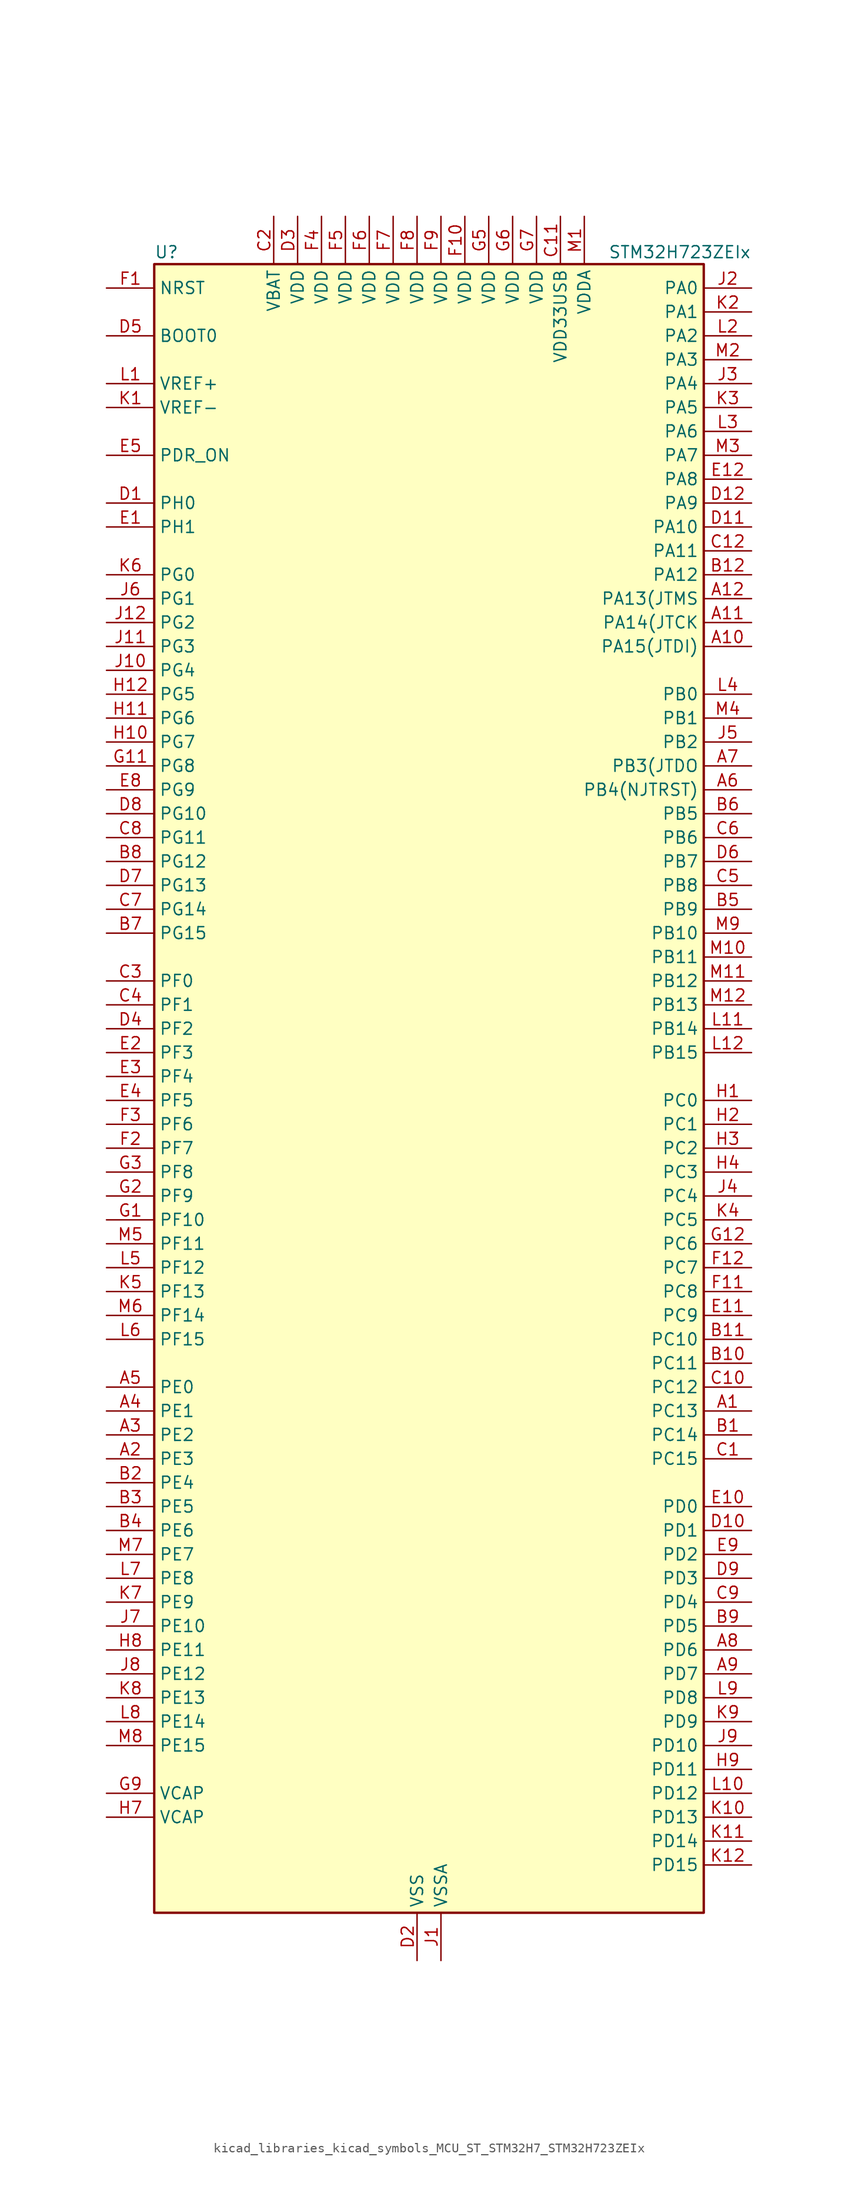
<source format=kicad_sym>
(kicad_symbol_lib
  (version 20220914)
  (generator kicad_symbol_editor)
  (symbol "kicad_libraries_kicad_symbols_MCU_ST_STM32H7_STM32H723ZEIx"
    (property "Reference" "U"
      (at -27.94 90.17 0)
      (effects (font (size 1.27 1.27)) (justify left)))
    (property "Value" "STM32H723ZEIx"
      (at 20.32 90.17 0)
      (effects (font (size 1.27 1.27)) (justify left)))
    (property "ki_locked" ""
      (at 0 0 0)
      (effects (font (size 1.27 1.27))))
    (symbol "kicad_libraries_kicad_symbols_MCU_ST_STM32H7_STM32H723ZEIx_0_1"
      (rectangle (start -27.94 -86.36) (end 30.48 88.9) (stroke (width 0.254) (type default)) (fill (type background))))
    (symbol "kicad_libraries_kicad_symbols_MCU_ST_STM32H7_STM32H723ZEIx_1_1"
      (pin bidirectional line (at 35.56 -33.02 180) (length 5.08) (name "PC13" (effects (font (size 1.27 1.27)))) (number "A1" (effects (font (size 1.27 1.27)))) (alternate "PWR_WKUP4" bidirectional line) (alternate "RTC_OUT_ALARM" bidirectional line) (alternate "RTC_OUT_CALIB" bidirectional line) (alternate "RTC_TAMP1" bidirectional line) (alternate "RTC_TS" bidirectional line))
      (pin bidirectional line (at 35.56 48.26 180) (length 5.08) (name "PA15(JTDI)" (effects (font (size 1.27 1.27)))) (number "A10" (effects (font (size 1.27 1.27)))) (alternate "ADC1_EXTI15" bidirectional line) (alternate "ADC2_EXTI15" bidirectional line) (alternate "ADC3_EXTI15" bidirectional line) (alternate "CEC" bidirectional line) (alternate "DEBUG_JTDI" bidirectional line) (alternate "I2S1_WS" bidirectional line) (alternate "I2S3_WS" bidirectional line) (alternate "I2S6_WS" bidirectional line) (alternate "LTDC_B6" bidirectional line) (alternate "LTDC_R3" bidirectional line) (alternate "SPI1_NSS" bidirectional line) (alternate "SPI3_NSS" bidirectional line) (alternate "SPI6_NSS" bidirectional line) (alternate "TIM2_CH1" bidirectional line) (alternate "TIM2_ETR" bidirectional line) (alternate "UART4_DE" bidirectional line) (alternate "UART4_RTS" bidirectional line) (alternate "UART7_TX" bidirectional line))
      (pin bidirectional line (at 35.56 50.8 180) (length 5.08) (name "PA14(JTCK" (effects (font (size 1.27 1.27)))) (number "A11" (effects (font (size 1.27 1.27)))) (alternate "DEBUG_JTCK-SWCLK" bidirectional line))
      (pin bidirectional line (at 35.56 53.34 180) (length 5.08) (name "PA13(JTMS" (effects (font (size 1.27 1.27)))) (number "A12" (effects (font (size 1.27 1.27)))) (alternate "DEBUG_JTMS-SWDIO" bidirectional line))
      (pin bidirectional line (at -33.02 -38.1 0) (length 5.08) (name "PE3" (effects (font (size 1.27 1.27)))) (number "A2" (effects (font (size 1.27 1.27)))) (alternate "DEBUG_TRACED0" bidirectional line) (alternate "FMC_A19" bidirectional line) (alternate "SAI1_SD_B" bidirectional line) (alternate "SAI4_SD_B" bidirectional line) (alternate "TIM15_BKIN" bidirectional line) (alternate "USART10_TX" bidirectional line))
      (pin bidirectional line (at -33.02 -35.56 0) (length 5.08) (name "PE2" (effects (font (size 1.27 1.27)))) (number "A3" (effects (font (size 1.27 1.27)))) (alternate "DEBUG_TRACECLK" bidirectional line) (alternate "ETH_TXD3" bidirectional line) (alternate "FMC_A23" bidirectional line) (alternate "OCTOSPIM_P1_IO2" bidirectional line) (alternate "SAI1_CK1" bidirectional line) (alternate "SAI1_MCLK_A" bidirectional line) (alternate "SAI4_CK1" bidirectional line) (alternate "SAI4_MCLK_A" bidirectional line) (alternate "SPI4_SCK" bidirectional line) (alternate "USART10_RX" bidirectional line))
      (pin bidirectional line (at -33.02 -33.02 0) (length 5.08) (name "PE1" (effects (font (size 1.27 1.27)))) (number "A4" (effects (font (size 1.27 1.27)))) (alternate "DCMI_D3" bidirectional line) (alternate "FMC_NBL1" bidirectional line) (alternate "LPTIM1_IN2" bidirectional line) (alternate "LTDC_R6" bidirectional line) (alternate "PSSI_D3" bidirectional line) (alternate "UART8_TX" bidirectional line))
      (pin bidirectional line (at -33.02 -30.48 0) (length 5.08) (name "PE0" (effects (font (size 1.27 1.27)))) (number "A5" (effects (font (size 1.27 1.27)))) (alternate "DCMI_D2" bidirectional line) (alternate "FMC_NBL0" bidirectional line) (alternate "LPTIM1_ETR" bidirectional line) (alternate "LPTIM2_ETR" bidirectional line) (alternate "LTDC_R0" bidirectional line) (alternate "PSSI_D2" bidirectional line) (alternate "SAI4_MCLK_A" bidirectional line) (alternate "TIM4_ETR" bidirectional line) (alternate "UART8_RX" bidirectional line))
      (pin bidirectional line (at 35.56 33.02 180) (length 5.08) (name "PB4(NJTRST)" (effects (font (size 1.27 1.27)))) (number "A6" (effects (font (size 1.27 1.27)))) (alternate "DEBUG_JTRST" bidirectional line) (alternate "I2S1_SDI" bidirectional line) (alternate "I2S2_WS" bidirectional line) (alternate "I2S3_SDI" bidirectional line) (alternate "I2S6_SDI" bidirectional line) (alternate "SDMMC2_D3" bidirectional line) (alternate "SPI1_MISO" bidirectional line) (alternate "SPI2_NSS" bidirectional line) (alternate "SPI3_MISO" bidirectional line) (alternate "SPI6_MISO" bidirectional line) (alternate "TIM16_BKIN" bidirectional line) (alternate "TIM3_CH1" bidirectional line) (alternate "UART7_TX" bidirectional line))
      (pin bidirectional line (at 35.56 35.56 180) (length 5.08) (name "PB3(JTDO" (effects (font (size 1.27 1.27)))) (number "A7" (effects (font (size 1.27 1.27)))) (alternate "CRS_SYNC" bidirectional line) (alternate "DEBUG_JTDO-SWO" bidirectional line) (alternate "I2S1_CK" bidirectional line) (alternate "I2S3_CK" bidirectional line) (alternate "I2S6_CK" bidirectional line) (alternate "SDMMC2_D2" bidirectional line) (alternate "SPI1_SCK" bidirectional line) (alternate "SPI3_SCK" bidirectional line) (alternate "SPI6_SCK" bidirectional line) (alternate "TIM24_ETR" bidirectional line) (alternate "TIM2_CH2" bidirectional line) (alternate "UART7_RX" bidirectional line))
      (pin bidirectional line (at 35.56 -58.42 180) (length 5.08) (name "PD6" (effects (font (size 1.27 1.27)))) (number "A8" (effects (font (size 1.27 1.27)))) (alternate "DCMI_D10" bidirectional line) (alternate "DFSDM1_CKIN4" bidirectional line) (alternate "DFSDM1_DATIN1" bidirectional line) (alternate "FMC_NWAIT" bidirectional line) (alternate "I2S3_SDO" bidirectional line) (alternate "LTDC_B2" bidirectional line) (alternate "OCTOSPIM_P1_IO6" bidirectional line) (alternate "PSSI_D10" bidirectional line) (alternate "SAI1_D1" bidirectional line) (alternate "SAI1_SD_A" bidirectional line) (alternate "SAI4_D1" bidirectional line) (alternate "SAI4_SD_A" bidirectional line) (alternate "SDMMC2_CK" bidirectional line) (alternate "SPI3_MOSI" bidirectional line) (alternate "USART2_RX" bidirectional line))
      (pin bidirectional line (at 35.56 -60.96 180) (length 5.08) (name "PD7" (effects (font (size 1.27 1.27)))) (number "A9" (effects (font (size 1.27 1.27)))) (alternate "DFSDM1_CKIN1" bidirectional line) (alternate "DFSDM1_DATIN4" bidirectional line) (alternate "FMC_NE1" bidirectional line) (alternate "I2S1_SDO" bidirectional line) (alternate "OCTOSPIM_P1_IO7" bidirectional line) (alternate "SDMMC2_CMD" bidirectional line) (alternate "SPDIFRX1_IN0" bidirectional line) (alternate "SPI1_MOSI" bidirectional line) (alternate "USART2_CK" bidirectional line))
      (pin bidirectional line (at 35.56 -35.56 180) (length 5.08) (name "PC14" (effects (font (size 1.27 1.27)))) (number "B1" (effects (font (size 1.27 1.27)))) (alternate "RCC_OSC32_IN" bidirectional line))
      (pin bidirectional line (at 35.56 -27.94 180) (length 5.08) (name "PC11" (effects (font (size 1.27 1.27)))) (number "B10" (effects (font (size 1.27 1.27)))) (alternate "ADC1_EXTI11" bidirectional line) (alternate "ADC2_EXTI11" bidirectional line) (alternate "ADC3_EXTI11" bidirectional line) (alternate "DCMI_D4" bidirectional line) (alternate "DFSDM1_DATIN5" bidirectional line) (alternate "I2C5_SCL" bidirectional line) (alternate "I2S3_SDI" bidirectional line) (alternate "LTDC_B4" bidirectional line) (alternate "OCTOSPIM_P1_NCS" bidirectional line) (alternate "PSSI_D4" bidirectional line) (alternate "SDMMC1_D3" bidirectional line) (alternate "SPI3_MISO" bidirectional line) (alternate "UART4_RX" bidirectional line) (alternate "USART3_RX" bidirectional line))
      (pin bidirectional line (at 35.56 -25.4 180) (length 5.08) (name "PC10" (effects (font (size 1.27 1.27)))) (number "B11" (effects (font (size 1.27 1.27)))) (alternate "DCMI_D8" bidirectional line) (alternate "DFSDM1_CKIN5" bidirectional line) (alternate "I2C5_SDA" bidirectional line) (alternate "I2S3_CK" bidirectional line) (alternate "LTDC_B1" bidirectional line) (alternate "LTDC_R2" bidirectional line) (alternate "OCTOSPIM_P1_IO1" bidirectional line) (alternate "PSSI_D8" bidirectional line) (alternate "SDMMC1_D2" bidirectional line) (alternate "SPI3_SCK" bidirectional line) (alternate "SWPMI1_RX" bidirectional line) (alternate "UART4_TX" bidirectional line) (alternate "USART3_TX" bidirectional line))
      (pin bidirectional line (at 35.56 55.88 180) (length 5.08) (name "PA12" (effects (font (size 1.27 1.27)))) (number "B12" (effects (font (size 1.27 1.27)))) (alternate "FDCAN1_TX" bidirectional line) (alternate "I2S2_CK" bidirectional line) (alternate "LPUART1_DE" bidirectional line) (alternate "LPUART1_RTS" bidirectional line) (alternate "LTDC_R5" bidirectional line) (alternate "SAI4_FS_B" bidirectional line) (alternate "SPI2_SCK" bidirectional line) (alternate "TIM1_BKIN2" bidirectional line) (alternate "TIM1_ETR" bidirectional line) (alternate "UART4_TX" bidirectional line) (alternate "USART1_DE" bidirectional line) (alternate "USART1_RTS" bidirectional line) (alternate "USB_OTG_HS_DP" bidirectional line))
      (pin bidirectional line (at -33.02 -40.64 0) (length 5.08) (name "PE4" (effects (font (size 1.27 1.27)))) (number "B2" (effects (font (size 1.27 1.27)))) (alternate "DCMI_D4" bidirectional line) (alternate "DEBUG_TRACED1" bidirectional line) (alternate "DFSDM1_DATIN3" bidirectional line) (alternate "FMC_A20" bidirectional line) (alternate "LTDC_B0" bidirectional line) (alternate "PSSI_D4" bidirectional line) (alternate "SAI1_D2" bidirectional line) (alternate "SAI1_FS_A" bidirectional line) (alternate "SAI4_D2" bidirectional line) (alternate "SAI4_FS_A" bidirectional line) (alternate "SPI4_NSS" bidirectional line) (alternate "TIM15_CH1N" bidirectional line))
      (pin bidirectional line (at -33.02 -43.18 0) (length 5.08) (name "PE5" (effects (font (size 1.27 1.27)))) (number "B3" (effects (font (size 1.27 1.27)))) (alternate "DCMI_D6" bidirectional line) (alternate "DEBUG_TRACED2" bidirectional line) (alternate "DFSDM1_CKIN3" bidirectional line) (alternate "FMC_A21" bidirectional line) (alternate "LTDC_G0" bidirectional line) (alternate "PSSI_D6" bidirectional line) (alternate "SAI1_CK2" bidirectional line) (alternate "SAI1_SCK_A" bidirectional line) (alternate "SAI4_CK2" bidirectional line) (alternate "SAI4_SCK_A" bidirectional line) (alternate "SPI4_MISO" bidirectional line) (alternate "TIM15_CH1" bidirectional line))
      (pin bidirectional line (at -33.02 -45.72 0) (length 5.08) (name "PE6" (effects (font (size 1.27 1.27)))) (number "B4" (effects (font (size 1.27 1.27)))) (alternate "DCMI_D7" bidirectional line) (alternate "DEBUG_TRACED3" bidirectional line) (alternate "FMC_A22" bidirectional line) (alternate "LTDC_G1" bidirectional line) (alternate "PSSI_D7" bidirectional line) (alternate "SAI1_D1" bidirectional line) (alternate "SAI1_SD_A" bidirectional line) (alternate "SAI4_D1" bidirectional line) (alternate "SAI4_MCLK_B" bidirectional line) (alternate "SAI4_SD_A" bidirectional line) (alternate "SPI4_MOSI" bidirectional line) (alternate "TIM15_CH2" bidirectional line) (alternate "TIM1_BKIN2" bidirectional line) (alternate "TIM1_BKIN2_COMP1" bidirectional line) (alternate "TIM1_BKIN2_COMP2" bidirectional line))
      (pin bidirectional line (at 35.56 20.32 180) (length 5.08) (name "PB9" (effects (font (size 1.27 1.27)))) (number "B5" (effects (font (size 1.27 1.27)))) (alternate "DAC1_EXTI9" bidirectional line) (alternate "DCMI_D7" bidirectional line) (alternate "DFSDM1_DATIN7" bidirectional line) (alternate "FDCAN1_TX" bidirectional line) (alternate "I2C1_SDA" bidirectional line) (alternate "I2C4_SDA" bidirectional line) (alternate "I2C4_SMBA" bidirectional line) (alternate "I2S2_WS" bidirectional line) (alternate "LTDC_B7" bidirectional line) (alternate "PSSI_D7" bidirectional line) (alternate "SDMMC1_CDIR" bidirectional line) (alternate "SDMMC1_D5" bidirectional line) (alternate "SDMMC2_D5" bidirectional line) (alternate "SPI2_NSS" bidirectional line) (alternate "TIM17_CH1" bidirectional line) (alternate "TIM4_CH4" bidirectional line) (alternate "UART4_TX" bidirectional line))
      (pin bidirectional line (at 35.56 30.48 180) (length 5.08) (name "PB5" (effects (font (size 1.27 1.27)))) (number "B6" (effects (font (size 1.27 1.27)))) (alternate "DCMI_D10" bidirectional line) (alternate "ETH_PPS_OUT" bidirectional line) (alternate "FDCAN2_RX" bidirectional line) (alternate "FMC_SDCKE1" bidirectional line) (alternate "I2C1_SMBA" bidirectional line) (alternate "I2C4_SMBA" bidirectional line) (alternate "I2S1_SDO" bidirectional line) (alternate "I2S3_SDO" bidirectional line) (alternate "I2S6_SDO" bidirectional line) (alternate "LTDC_B5" bidirectional line) (alternate "PSSI_D10" bidirectional line) (alternate "SPI1_MOSI" bidirectional line) (alternate "SPI3_MOSI" bidirectional line) (alternate "SPI6_MOSI" bidirectional line) (alternate "TIM17_BKIN" bidirectional line) (alternate "TIM3_CH2" bidirectional line) (alternate "UART5_RX" bidirectional line) (alternate "USB_OTG_HS_ULPI_D7" bidirectional line))
      (pin bidirectional line (at -33.02 17.78 0) (length 5.08) (name "PG15" (effects (font (size 1.27 1.27)))) (number "B7" (effects (font (size 1.27 1.27)))) (alternate "ADC1_EXTI15" bidirectional line) (alternate "ADC2_EXTI15" bidirectional line) (alternate "ADC3_EXTI15" bidirectional line) (alternate "DCMI_D13" bidirectional line) (alternate "FMC_SDNCAS" bidirectional line) (alternate "OCTOSPIM_P2_DQS" bidirectional line) (alternate "PSSI_D13" bidirectional line) (alternate "USART10_CK" bidirectional line) (alternate "USART6_CTS" bidirectional line) (alternate "USART6_NSS" bidirectional line))
      (pin bidirectional line (at -33.02 25.4 0) (length 5.08) (name "PG12" (effects (font (size 1.27 1.27)))) (number "B8" (effects (font (size 1.27 1.27)))) (alternate "ETH_TXD1" bidirectional line) (alternate "FMC_NE4" bidirectional line) (alternate "I2S6_SDI" bidirectional line) (alternate "LPTIM1_IN1" bidirectional line) (alternate "LTDC_B1" bidirectional line) (alternate "LTDC_B4" bidirectional line) (alternate "OCTOSPIM_P2_NCS" bidirectional line) (alternate "SDMMC2_D3" bidirectional line) (alternate "SPDIFRX1_IN1" bidirectional line) (alternate "SPI6_MISO" bidirectional line) (alternate "TIM23_CH1" bidirectional line) (alternate "USART10_TX" bidirectional line) (alternate "USART6_DE" bidirectional line) (alternate "USART6_RTS" bidirectional line))
      (pin bidirectional line (at 35.56 -55.88 180) (length 5.08) (name "PD5" (effects (font (size 1.27 1.27)))) (number "B9" (effects (font (size 1.27 1.27)))) (alternate "FMC_NWE" bidirectional line) (alternate "OCTOSPIM_P1_IO5" bidirectional line) (alternate "USART2_TX" bidirectional line))
      (pin bidirectional line (at 35.56 -38.1 180) (length 5.08) (name "PC15" (effects (font (size 1.27 1.27)))) (number "C1" (effects (font (size 1.27 1.27)))) (alternate "ADC1_EXTI15" bidirectional line) (alternate "ADC2_EXTI15" bidirectional line) (alternate "ADC3_EXTI15" bidirectional line) (alternate "RCC_OSC32_OUT" bidirectional line))
      (pin bidirectional line (at 35.56 -30.48 180) (length 5.08) (name "PC12" (effects (font (size 1.27 1.27)))) (number "C10" (effects (font (size 1.27 1.27)))) (alternate "DCMI_D9" bidirectional line) (alternate "DEBUG_TRACED3" bidirectional line) (alternate "FMC_D6" bidirectional line) (alternate "FMC_DA6" bidirectional line) (alternate "I2C5_SMBA" bidirectional line) (alternate "I2S3_SDO" bidirectional line) (alternate "I2S6_CK" bidirectional line) (alternate "LTDC_R6" bidirectional line) (alternate "PSSI_D9" bidirectional line) (alternate "SDMMC1_CK" bidirectional line) (alternate "SPI3_MOSI" bidirectional line) (alternate "SPI6_SCK" bidirectional line) (alternate "TIM15_CH1" bidirectional line) (alternate "UART5_TX" bidirectional line) (alternate "USART3_CK" bidirectional line))
      (pin power_in line (at 15.24 93.98 270) (length 5.08) (name "VDD33USB" (effects (font (size 1.27 1.27)))) (number "C11" (effects (font (size 1.27 1.27)))))
      (pin bidirectional line (at 35.56 58.42 180) (length 5.08) (name "PA11" (effects (font (size 1.27 1.27)))) (number "C12" (effects (font (size 1.27 1.27)))) (alternate "ADC1_EXTI11" bidirectional line) (alternate "ADC2_EXTI11" bidirectional line) (alternate "ADC3_EXTI11" bidirectional line) (alternate "FDCAN1_RX" bidirectional line) (alternate "I2S2_WS" bidirectional line) (alternate "LPUART1_CTS" bidirectional line) (alternate "LTDC_R4" bidirectional line) (alternate "SPI2_NSS" bidirectional line) (alternate "TIM1_CH4" bidirectional line) (alternate "UART4_RX" bidirectional line) (alternate "USART1_CTS" bidirectional line) (alternate "USART1_NSS" bidirectional line) (alternate "USB_OTG_HS_DM" bidirectional line))
      (pin power_in line (at -15.24 93.98 270) (length 5.08) (name "VBAT" (effects (font (size 1.27 1.27)))) (number "C2" (effects (font (size 1.27 1.27)))))
      (pin bidirectional line (at -33.02 12.7 0) (length 5.08) (name "PF0" (effects (font (size 1.27 1.27)))) (number "C3" (effects (font (size 1.27 1.27)))) (alternate "FMC_A0" bidirectional line) (alternate "I2C2_SDA" bidirectional line) (alternate "I2C5_SDA" bidirectional line) (alternate "OCTOSPIM_P2_IO0" bidirectional line) (alternate "TIM23_CH1" bidirectional line))
      (pin bidirectional line (at -33.02 10.16 0) (length 5.08) (name "PF1" (effects (font (size 1.27 1.27)))) (number "C4" (effects (font (size 1.27 1.27)))) (alternate "FMC_A1" bidirectional line) (alternate "I2C2_SCL" bidirectional line) (alternate "I2C5_SCL" bidirectional line) (alternate "OCTOSPIM_P2_IO1" bidirectional line) (alternate "TIM23_CH2" bidirectional line))
      (pin bidirectional line (at 35.56 22.86 180) (length 5.08) (name "PB8" (effects (font (size 1.27 1.27)))) (number "C5" (effects (font (size 1.27 1.27)))) (alternate "DCMI_D6" bidirectional line) (alternate "DFSDM1_CKIN7" bidirectional line) (alternate "ETH_TXD3" bidirectional line) (alternate "FDCAN1_RX" bidirectional line) (alternate "I2C1_SCL" bidirectional line) (alternate "I2C4_SCL" bidirectional line) (alternate "LTDC_B6" bidirectional line) (alternate "PSSI_D6" bidirectional line) (alternate "SDMMC1_CKIN" bidirectional line) (alternate "SDMMC1_D4" bidirectional line) (alternate "SDMMC2_D4" bidirectional line) (alternate "TIM16_CH1" bidirectional line) (alternate "TIM4_CH3" bidirectional line) (alternate "UART4_RX" bidirectional line))
      (pin bidirectional line (at 35.56 27.94 180) (length 5.08) (name "PB6" (effects (font (size 1.27 1.27)))) (number "C6" (effects (font (size 1.27 1.27)))) (alternate "CEC" bidirectional line) (alternate "DCMI_D5" bidirectional line) (alternate "DFSDM1_DATIN5" bidirectional line) (alternate "FDCAN2_TX" bidirectional line) (alternate "FMC_SDNE1" bidirectional line) (alternate "I2C1_SCL" bidirectional line) (alternate "I2C4_SCL" bidirectional line) (alternate "LPUART1_TX" bidirectional line) (alternate "OCTOSPIM_P1_NCS" bidirectional line) (alternate "PSSI_D5" bidirectional line) (alternate "TIM16_CH1N" bidirectional line) (alternate "TIM4_CH1" bidirectional line) (alternate "UART5_TX" bidirectional line) (alternate "USART1_TX" bidirectional line))
      (pin bidirectional line (at -33.02 20.32 0) (length 5.08) (name "PG14" (effects (font (size 1.27 1.27)))) (number "C7" (effects (font (size 1.27 1.27)))) (alternate "DEBUG_TRACED1" bidirectional line) (alternate "ETH_TXD1" bidirectional line) (alternate "FMC_A25" bidirectional line) (alternate "I2S6_SDO" bidirectional line) (alternate "LPTIM1_ETR" bidirectional line) (alternate "LTDC_B0" bidirectional line) (alternate "OCTOSPIM_P1_IO7" bidirectional line) (alternate "SDMMC2_D7" bidirectional line) (alternate "SPI6_MOSI" bidirectional line) (alternate "TIM23_CH3" bidirectional line) (alternate "USART10_DE" bidirectional line) (alternate "USART10_RTS" bidirectional line) (alternate "USART6_TX" bidirectional line))
      (pin bidirectional line (at -33.02 27.94 0) (length 5.08) (name "PG11" (effects (font (size 1.27 1.27)))) (number "C8" (effects (font (size 1.27 1.27)))) (alternate "ADC1_EXTI11" bidirectional line) (alternate "ADC2_EXTI11" bidirectional line) (alternate "ADC3_EXTI11" bidirectional line) (alternate "DCMI_D3" bidirectional line) (alternate "ETH_TX_EN" bidirectional line) (alternate "I2S1_CK" bidirectional line) (alternate "LPTIM1_IN2" bidirectional line) (alternate "LTDC_B3" bidirectional line) (alternate "OCTOSPIM_P2_IO7" bidirectional line) (alternate "PSSI_D3" bidirectional line) (alternate "SDMMC2_D2" bidirectional line) (alternate "SPDIFRX1_IN0" bidirectional line) (alternate "SPI1_SCK" bidirectional line) (alternate "USART10_RX" bidirectional line))
      (pin bidirectional line (at 35.56 -53.34 180) (length 5.08) (name "PD4" (effects (font (size 1.27 1.27)))) (number "C9" (effects (font (size 1.27 1.27)))) (alternate "FMC_NOE" bidirectional line) (alternate "OCTOSPIM_P1_IO4" bidirectional line) (alternate "USART2_DE" bidirectional line) (alternate "USART2_RTS" bidirectional line))
      (pin bidirectional line (at -33.02 63.5 0) (length 5.08) (name "PH0" (effects (font (size 1.27 1.27)))) (number "D1" (effects (font (size 1.27 1.27)))) (alternate "RCC_OSC_IN" bidirectional line))
      (pin bidirectional line (at 35.56 -45.72 180) (length 5.08) (name "PD1" (effects (font (size 1.27 1.27)))) (number "D10" (effects (font (size 1.27 1.27)))) (alternate "DFSDM1_DATIN6" bidirectional line) (alternate "FDCAN1_TX" bidirectional line) (alternate "FMC_D3" bidirectional line) (alternate "FMC_DA3" bidirectional line) (alternate "UART4_TX" bidirectional line))
      (pin bidirectional line (at 35.56 60.96 180) (length 5.08) (name "PA10" (effects (font (size 1.27 1.27)))) (number "D11" (effects (font (size 1.27 1.27)))) (alternate "DCMI_D1" bidirectional line) (alternate "LPUART1_RX" bidirectional line) (alternate "LTDC_B1" bidirectional line) (alternate "LTDC_B4" bidirectional line) (alternate "MDIOS_MDIO" bidirectional line) (alternate "PSSI_D1" bidirectional line) (alternate "TIM1_CH3" bidirectional line) (alternate "USART1_RX" bidirectional line) (alternate "USB_OTG_HS_ID" bidirectional line))
      (pin bidirectional line (at 35.56 63.5 180) (length 5.08) (name "PA9" (effects (font (size 1.27 1.27)))) (number "D12" (effects (font (size 1.27 1.27)))) (alternate "DAC1_EXTI9" bidirectional line) (alternate "DCMI_D0" bidirectional line) (alternate "ETH_TX_ER" bidirectional line) (alternate "I2C3_SMBA" bidirectional line) (alternate "I2C5_SMBA" bidirectional line) (alternate "I2S2_CK" bidirectional line) (alternate "LPUART1_TX" bidirectional line) (alternate "LTDC_R5" bidirectional line) (alternate "PSSI_D0" bidirectional line) (alternate "SPI2_SCK" bidirectional line) (alternate "TIM1_CH2" bidirectional line) (alternate "USART1_TX" bidirectional line) (alternate "USB_OTG_HS_VBUS" bidirectional line))
      (pin power_in line (at 0 -91.44 90) (length 5.08) (name "VSS" (effects (font (size 1.27 1.27)))) (number "D2" (effects (font (size 1.27 1.27)))))
      (pin power_in line (at -12.7 93.98 270) (length 5.08) (name "VDD" (effects (font (size 1.27 1.27)))) (number "D3" (effects (font (size 1.27 1.27)))))
      (pin bidirectional line (at -33.02 7.62 0) (length 5.08) (name "PF2" (effects (font (size 1.27 1.27)))) (number "D4" (effects (font (size 1.27 1.27)))) (alternate "FMC_A2" bidirectional line) (alternate "I2C2_SMBA" bidirectional line) (alternate "I2C5_SMBA" bidirectional line) (alternate "OCTOSPIM_P2_IO2" bidirectional line) (alternate "TIM23_CH3" bidirectional line))
      (pin input line (at -33.02 81.28 0) (length 5.08) (name "BOOT0" (effects (font (size 1.27 1.27)))) (number "D5" (effects (font (size 1.27 1.27)))))
      (pin bidirectional line (at 35.56 25.4 180) (length 5.08) (name "PB7" (effects (font (size 1.27 1.27)))) (number "D6" (effects (font (size 1.27 1.27)))) (alternate "DCMI_VSYNC" bidirectional line) (alternate "DFSDM1_CKIN5" bidirectional line) (alternate "FMC_NL" bidirectional line) (alternate "I2C1_SDA" bidirectional line) (alternate "I2C4_SDA" bidirectional line) (alternate "LPUART1_RX" bidirectional line) (alternate "PSSI_RDY" bidirectional line) (alternate "PWR_PVD_IN" bidirectional line) (alternate "TIM17_CH1N" bidirectional line) (alternate "TIM4_CH2" bidirectional line) (alternate "USART1_RX" bidirectional line))
      (pin bidirectional line (at -33.02 22.86 0) (length 5.08) (name "PG13" (effects (font (size 1.27 1.27)))) (number "D7" (effects (font (size 1.27 1.27)))) (alternate "DEBUG_TRACED0" bidirectional line) (alternate "ETH_TXD0" bidirectional line) (alternate "FMC_A24" bidirectional line) (alternate "I2S6_CK" bidirectional line) (alternate "LPTIM1_OUT" bidirectional line) (alternate "LTDC_R0" bidirectional line) (alternate "SDMMC2_D6" bidirectional line) (alternate "SPI6_SCK" bidirectional line) (alternate "TIM23_CH2" bidirectional line) (alternate "USART10_CTS" bidirectional line) (alternate "USART10_NSS" bidirectional line) (alternate "USART6_CTS" bidirectional line) (alternate "USART6_NSS" bidirectional line))
      (pin bidirectional line (at -33.02 30.48 0) (length 5.08) (name "PG10" (effects (font (size 1.27 1.27)))) (number "D8" (effects (font (size 1.27 1.27)))) (alternate "DCMI_D2" bidirectional line) (alternate "FDCAN3_RX" bidirectional line) (alternate "FMC_NE3" bidirectional line) (alternate "I2S1_WS" bidirectional line) (alternate "LTDC_B2" bidirectional line) (alternate "LTDC_G3" bidirectional line) (alternate "OCTOSPIM_P2_IO6" bidirectional line) (alternate "PSSI_D2" bidirectional line) (alternate "SAI4_SD_B" bidirectional line) (alternate "SDMMC2_D1" bidirectional line) (alternate "SPI1_NSS" bidirectional line))
      (pin bidirectional line (at 35.56 -50.8 180) (length 5.08) (name "PD3" (effects (font (size 1.27 1.27)))) (number "D9" (effects (font (size 1.27 1.27)))) (alternate "DCMI_D5" bidirectional line) (alternate "DFSDM1_CKOUT" bidirectional line) (alternate "FMC_CLK" bidirectional line) (alternate "I2S2_CK" bidirectional line) (alternate "LTDC_G7" bidirectional line) (alternate "PSSI_D5" bidirectional line) (alternate "SPI2_SCK" bidirectional line) (alternate "USART2_CTS" bidirectional line) (alternate "USART2_NSS" bidirectional line))
      (pin bidirectional line (at -33.02 60.96 0) (length 5.08) (name "PH1" (effects (font (size 1.27 1.27)))) (number "E1" (effects (font (size 1.27 1.27)))) (alternate "RCC_OSC_OUT" bidirectional line))
      (pin bidirectional line (at 35.56 -43.18 180) (length 5.08) (name "PD0" (effects (font (size 1.27 1.27)))) (number "E10" (effects (font (size 1.27 1.27)))) (alternate "DFSDM1_CKIN6" bidirectional line) (alternate "FDCAN1_RX" bidirectional line) (alternate "FMC_D2" bidirectional line) (alternate "FMC_DA2" bidirectional line) (alternate "LTDC_B1" bidirectional line) (alternate "UART4_RX" bidirectional line) (alternate "UART9_CTS" bidirectional line))
      (pin bidirectional line (at 35.56 -22.86 180) (length 5.08) (name "PC9" (effects (font (size 1.27 1.27)))) (number "E11" (effects (font (size 1.27 1.27)))) (alternate "DAC1_EXTI9" bidirectional line) (alternate "DCMI_D3" bidirectional line) (alternate "I2C3_SDA" bidirectional line) (alternate "I2C5_SDA" bidirectional line) (alternate "I2S_CKIN" bidirectional line) (alternate "LTDC_B2" bidirectional line) (alternate "LTDC_G3" bidirectional line) (alternate "OCTOSPIM_P1_IO0" bidirectional line) (alternate "PSSI_D3" bidirectional line) (alternate "RCC_MCO_2" bidirectional line) (alternate "SDMMC1_D1" bidirectional line) (alternate "SWPMI1_SUSPEND" bidirectional line) (alternate "TIM3_CH4" bidirectional line) (alternate "TIM8_CH4" bidirectional line) (alternate "UART5_CTS" bidirectional line))
      (pin bidirectional line (at 35.56 66.04 180) (length 5.08) (name "PA8" (effects (font (size 1.27 1.27)))) (number "E12" (effects (font (size 1.27 1.27)))) (alternate "I2C3_SCL" bidirectional line) (alternate "I2C5_SCL" bidirectional line) (alternate "LTDC_B3" bidirectional line) (alternate "LTDC_R6" bidirectional line) (alternate "RCC_MCO_1" bidirectional line) (alternate "TIM1_CH1" bidirectional line) (alternate "TIM8_BKIN2" bidirectional line) (alternate "TIM8_BKIN2_COMP1" bidirectional line) (alternate "TIM8_BKIN2_COMP2" bidirectional line) (alternate "UART7_RX" bidirectional line) (alternate "USART1_CK" bidirectional line) (alternate "USB_OTG_HS_SOF" bidirectional line))
      (pin bidirectional line (at -33.02 5.08 0) (length 5.08) (name "PF3" (effects (font (size 1.27 1.27)))) (number "E2" (effects (font (size 1.27 1.27)))) (alternate "ADC3_INP5" bidirectional line) (alternate "FMC_A3" bidirectional line) (alternate "OCTOSPIM_P2_IO3" bidirectional line) (alternate "TIM23_CH4" bidirectional line))
      (pin bidirectional line (at -33.02 2.54 0) (length 5.08) (name "PF4" (effects (font (size 1.27 1.27)))) (number "E3" (effects (font (size 1.27 1.27)))) (alternate "ADC3_INN5" bidirectional line) (alternate "ADC3_INP9" bidirectional line) (alternate "FMC_A4" bidirectional line) (alternate "OCTOSPIM_P2_CLK" bidirectional line))
      (pin bidirectional line (at -33.02 0 0) (length 5.08) (name "PF5" (effects (font (size 1.27 1.27)))) (number "E4" (effects (font (size 1.27 1.27)))) (alternate "ADC3_INP4" bidirectional line) (alternate "FMC_A5" bidirectional line) (alternate "OCTOSPIM_P2_NCLK" bidirectional line))
      (pin input line (at -33.02 68.58 0) (length 5.08) (name "PDR_ON" (effects (font (size 1.27 1.27)))) (number "E5" (effects (font (size 1.27 1.27)))))
      (pin passive line (at 0 -91.44 90) (length 5.08) hide (name "VSS" (effects (font (size 1.27 1.27)))) (number "E6" (effects (font (size 1.27 1.27)))))
      (pin passive line (at 0 -91.44 90) (length 5.08) hide (name "VSS" (effects (font (size 1.27 1.27)))) (number "E7" (effects (font (size 1.27 1.27)))))
      (pin bidirectional line (at -33.02 33.02 0) (length 5.08) (name "PG9" (effects (font (size 1.27 1.27)))) (number "E8" (effects (font (size 1.27 1.27)))) (alternate "DAC1_EXTI9" bidirectional line) (alternate "DCMI_VSYNC" bidirectional line) (alternate "FDCAN3_TX" bidirectional line) (alternate "FMC_NCE" bidirectional line) (alternate "FMC_NE2" bidirectional line) (alternate "I2S1_SDI" bidirectional line) (alternate "OCTOSPIM_P1_IO6" bidirectional line) (alternate "PSSI_RDY" bidirectional line) (alternate "SAI4_FS_B" bidirectional line) (alternate "SDMMC2_D0" bidirectional line) (alternate "SPDIFRX1_IN3" bidirectional line) (alternate "SPI1_MISO" bidirectional line) (alternate "USART6_RX" bidirectional line))
      (pin bidirectional line (at 35.56 -48.26 180) (length 5.08) (name "PD2" (effects (font (size 1.27 1.27)))) (number "E9" (effects (font (size 1.27 1.27)))) (alternate "DCMI_D11" bidirectional line) (alternate "DEBUG_TRACED2" bidirectional line) (alternate "FMC_D7" bidirectional line) (alternate "FMC_DA7" bidirectional line) (alternate "LTDC_B2" bidirectional line) (alternate "LTDC_B7" bidirectional line) (alternate "PSSI_D11" bidirectional line) (alternate "SDMMC1_CMD" bidirectional line) (alternate "TIM15_BKIN" bidirectional line) (alternate "TIM3_ETR" bidirectional line) (alternate "UART5_RX" bidirectional line))
      (pin input line (at -33.02 86.36 0) (length 5.08) (name "NRST" (effects (font (size 1.27 1.27)))) (number "F1" (effects (font (size 1.27 1.27)))))
      (pin power_in line (at 5.08 93.98 270) (length 5.08) (name "VDD" (effects (font (size 1.27 1.27)))) (number "F10" (effects (font (size 1.27 1.27)))))
      (pin bidirectional line (at 35.56 -20.32 180) (length 5.08) (name "PC8" (effects (font (size 1.27 1.27)))) (number "F11" (effects (font (size 1.27 1.27)))) (alternate "DCMI_D2" bidirectional line) (alternate "DEBUG_TRACED1" bidirectional line) (alternate "FMC_INT" bidirectional line) (alternate "FMC_NCE" bidirectional line) (alternate "FMC_NE2" bidirectional line) (alternate "PSSI_D2" bidirectional line) (alternate "SDMMC1_D0" bidirectional line) (alternate "SWPMI1_RX" bidirectional line) (alternate "TIM3_CH3" bidirectional line) (alternate "TIM8_CH3" bidirectional line) (alternate "UART5_DE" bidirectional line) (alternate "UART5_RTS" bidirectional line) (alternate "USART6_CK" bidirectional line))
      (pin bidirectional line (at 35.56 -17.78 180) (length 5.08) (name "PC7" (effects (font (size 1.27 1.27)))) (number "F12" (effects (font (size 1.27 1.27)))) (alternate "DCMI_D1" bidirectional line) (alternate "DEBUG_TRGIO" bidirectional line) (alternate "DFSDM1_DATIN3" bidirectional line) (alternate "FMC_NE1" bidirectional line) (alternate "I2S3_MCK" bidirectional line) (alternate "LTDC_G6" bidirectional line) (alternate "PSSI_D1" bidirectional line) (alternate "SDMMC1_D123DIR" bidirectional line) (alternate "SDMMC1_D7" bidirectional line) (alternate "SDMMC2_D7" bidirectional line) (alternate "SWPMI1_TX" bidirectional line) (alternate "TIM3_CH2" bidirectional line) (alternate "TIM8_CH2" bidirectional line) (alternate "USART6_RX" bidirectional line))
      (pin bidirectional line (at -33.02 -5.08 0) (length 5.08) (name "PF7" (effects (font (size 1.27 1.27)))) (number "F2" (effects (font (size 1.27 1.27)))) (alternate "ADC3_INP3" bidirectional line) (alternate "FDCAN3_TX" bidirectional line) (alternate "OCTOSPIM_P1_IO2" bidirectional line) (alternate "SAI1_MCLK_B" bidirectional line) (alternate "SAI4_MCLK_B" bidirectional line) (alternate "SPI5_SCK" bidirectional line) (alternate "TIM17_CH1" bidirectional line) (alternate "TIM23_CH2" bidirectional line) (alternate "UART7_TX" bidirectional line))
      (pin bidirectional line (at -33.02 -2.54 0) (length 5.08) (name "PF6" (effects (font (size 1.27 1.27)))) (number "F3" (effects (font (size 1.27 1.27)))) (alternate "ADC3_INN4" bidirectional line) (alternate "ADC3_INP8" bidirectional line) (alternate "FDCAN3_RX" bidirectional line) (alternate "OCTOSPIM_P1_IO3" bidirectional line) (alternate "SAI1_SD_B" bidirectional line) (alternate "SAI4_SD_B" bidirectional line) (alternate "SPI5_NSS" bidirectional line) (alternate "TIM16_CH1" bidirectional line) (alternate "TIM23_CH1" bidirectional line) (alternate "UART7_RX" bidirectional line))
      (pin power_in line (at -10.16 93.98 270) (length 5.08) (name "VDD" (effects (font (size 1.27 1.27)))) (number "F4" (effects (font (size 1.27 1.27)))))
      (pin power_in line (at -7.62 93.98 270) (length 5.08) (name "VDD" (effects (font (size 1.27 1.27)))) (number "F5" (effects (font (size 1.27 1.27)))))
      (pin power_in line (at -5.08 93.98 270) (length 5.08) (name "VDD" (effects (font (size 1.27 1.27)))) (number "F6" (effects (font (size 1.27 1.27)))))
      (pin power_in line (at -2.54 93.98 270) (length 5.08) (name "VDD" (effects (font (size 1.27 1.27)))) (number "F7" (effects (font (size 1.27 1.27)))))
      (pin power_in line (at 0 93.98 270) (length 5.08) (name "VDD" (effects (font (size 1.27 1.27)))) (number "F8" (effects (font (size 1.27 1.27)))))
      (pin power_in line (at 2.54 93.98 270) (length 5.08) (name "VDD" (effects (font (size 1.27 1.27)))) (number "F9" (effects (font (size 1.27 1.27)))))
      (pin bidirectional line (at -33.02 -12.7 0) (length 5.08) (name "PF10" (effects (font (size 1.27 1.27)))) (number "G1" (effects (font (size 1.27 1.27)))) (alternate "ADC3_INN2" bidirectional line) (alternate "ADC3_INP6" bidirectional line) (alternate "DCMI_D11" bidirectional line) (alternate "LTDC_DE" bidirectional line) (alternate "OCTOSPIM_P1_CLK" bidirectional line) (alternate "PSSI_D11" bidirectional line) (alternate "PSSI_D15" bidirectional line) (alternate "SAI1_D3" bidirectional line) (alternate "SAI4_D3" bidirectional line) (alternate "TIM16_BKIN" bidirectional line))
      (pin passive line (at 0 -91.44 90) (length 5.08) hide (name "VSS" (effects (font (size 1.27 1.27)))) (number "G10" (effects (font (size 1.27 1.27)))))
      (pin bidirectional line (at -33.02 35.56 0) (length 5.08) (name "PG8" (effects (font (size 1.27 1.27)))) (number "G11" (effects (font (size 1.27 1.27)))) (alternate "ETH_PPS_OUT" bidirectional line) (alternate "FMC_SDCLK" bidirectional line) (alternate "I2S6_WS" bidirectional line) (alternate "LTDC_G7" bidirectional line) (alternate "SPDIFRX1_IN2" bidirectional line) (alternate "SPI6_NSS" bidirectional line) (alternate "TIM8_ETR" bidirectional line) (alternate "USART6_DE" bidirectional line) (alternate "USART6_RTS" bidirectional line))
      (pin bidirectional line (at 35.56 -15.24 180) (length 5.08) (name "PC6" (effects (font (size 1.27 1.27)))) (number "G12" (effects (font (size 1.27 1.27)))) (alternate "DCMI_D0" bidirectional line) (alternate "DFSDM1_CKIN3" bidirectional line) (alternate "FMC_NWAIT" bidirectional line) (alternate "I2S2_MCK" bidirectional line) (alternate "LTDC_HSYNC" bidirectional line) (alternate "PSSI_D0" bidirectional line) (alternate "SDMMC1_D0DIR" bidirectional line) (alternate "SDMMC1_D6" bidirectional line) (alternate "SDMMC2_D6" bidirectional line) (alternate "SWPMI1_IO" bidirectional line) (alternate "TIM3_CH1" bidirectional line) (alternate "TIM8_CH1" bidirectional line) (alternate "USART6_TX" bidirectional line))
      (pin bidirectional line (at -33.02 -10.16 0) (length 5.08) (name "PF9" (effects (font (size 1.27 1.27)))) (number "G2" (effects (font (size 1.27 1.27)))) (alternate "ADC3_INP2" bidirectional line) (alternate "DAC1_EXTI9" bidirectional line) (alternate "OCTOSPIM_P1_IO1" bidirectional line) (alternate "SAI1_FS_B" bidirectional line) (alternate "SAI4_FS_B" bidirectional line) (alternate "SPI5_MOSI" bidirectional line) (alternate "TIM14_CH1" bidirectional line) (alternate "TIM17_CH1N" bidirectional line) (alternate "TIM23_CH4" bidirectional line) (alternate "UART7_CTS" bidirectional line))
      (pin bidirectional line (at -33.02 -7.62 0) (length 5.08) (name "PF8" (effects (font (size 1.27 1.27)))) (number "G3" (effects (font (size 1.27 1.27)))) (alternate "ADC3_INN3" bidirectional line) (alternate "ADC3_INP7" bidirectional line) (alternate "OCTOSPIM_P1_IO0" bidirectional line) (alternate "SAI1_SCK_B" bidirectional line) (alternate "SAI4_SCK_B" bidirectional line) (alternate "SPI5_MISO" bidirectional line) (alternate "TIM13_CH1" bidirectional line) (alternate "TIM16_CH1N" bidirectional line) (alternate "TIM23_CH3" bidirectional line) (alternate "UART7_DE" bidirectional line) (alternate "UART7_RTS" bidirectional line))
      (pin passive line (at 0 -91.44 90) (length 5.08) hide (name "VSS" (effects (font (size 1.27 1.27)))) (number "G4" (effects (font (size 1.27 1.27)))))
      (pin power_in line (at 7.62 93.98 270) (length 5.08) (name "VDD" (effects (font (size 1.27 1.27)))) (number "G5" (effects (font (size 1.27 1.27)))))
      (pin power_in line (at 10.16 93.98 270) (length 5.08) (name "VDD" (effects (font (size 1.27 1.27)))) (number "G6" (effects (font (size 1.27 1.27)))))
      (pin power_in line (at 12.7 93.98 270) (length 5.08) (name "VDD" (effects (font (size 1.27 1.27)))) (number "G7" (effects (font (size 1.27 1.27)))))
      (pin passive line (at 0 -91.44 90) (length 5.08) hide (name "VSS" (effects (font (size 1.27 1.27)))) (number "G8" (effects (font (size 1.27 1.27)))))
      (pin power_out line (at -33.02 -73.66 0) (length 5.08) (name "VCAP" (effects (font (size 1.27 1.27)))) (number "G9" (effects (font (size 1.27 1.27)))))
      (pin bidirectional line (at 35.56 0 180) (length 5.08) (name "PC0" (effects (font (size 1.27 1.27)))) (number "H1" (effects (font (size 1.27 1.27)))) (alternate "ADC1_INP10" bidirectional line) (alternate "ADC2_INP10" bidirectional line) (alternate "ADC3_INP10" bidirectional line) (alternate "DFSDM1_CKIN0" bidirectional line) (alternate "DFSDM1_DATIN4" bidirectional line) (alternate "FMC_A25" bidirectional line) (alternate "FMC_D12" bidirectional line) (alternate "FMC_DA12" bidirectional line) (alternate "FMC_SDNWE" bidirectional line) (alternate "LTDC_G2" bidirectional line) (alternate "LTDC_R5" bidirectional line) (alternate "SAI4_FS_B" bidirectional line) (alternate "USB_OTG_HS_ULPI_STP" bidirectional line))
      (pin bidirectional line (at -33.02 38.1 0) (length 5.08) (name "PG7" (effects (font (size 1.27 1.27)))) (number "H10" (effects (font (size 1.27 1.27)))) (alternate "DCMI_D13" bidirectional line) (alternate "FMC_INT" bidirectional line) (alternate "LTDC_CLK" bidirectional line) (alternate "OCTOSPIM_P2_DQS" bidirectional line) (alternate "PSSI_D13" bidirectional line) (alternate "SAI1_MCLK_A" bidirectional line) (alternate "USART6_CK" bidirectional line))
      (pin bidirectional line (at -33.02 40.64 0) (length 5.08) (name "PG6" (effects (font (size 1.27 1.27)))) (number "H11" (effects (font (size 1.27 1.27)))) (alternate "DCMI_D12" bidirectional line) (alternate "FMC_NE3" bidirectional line) (alternate "LTDC_R7" bidirectional line) (alternate "OCTOSPIM_P1_NCS" bidirectional line) (alternate "PSSI_D12" bidirectional line) (alternate "TIM17_BKIN" bidirectional line))
      (pin bidirectional line (at -33.02 43.18 0) (length 5.08) (name "PG5" (effects (font (size 1.27 1.27)))) (number "H12" (effects (font (size 1.27 1.27)))) (alternate "FMC_A15" bidirectional line) (alternate "FMC_BA1" bidirectional line) (alternate "TIM1_ETR" bidirectional line))
      (pin bidirectional line (at 35.56 -2.54 180) (length 5.08) (name "PC1" (effects (font (size 1.27 1.27)))) (number "H2" (effects (font (size 1.27 1.27)))) (alternate "ADC1_INN10" bidirectional line) (alternate "ADC1_INP11" bidirectional line) (alternate "ADC2_INN10" bidirectional line) (alternate "ADC2_INP11" bidirectional line) (alternate "ADC3_INN10" bidirectional line) (alternate "ADC3_INP11" bidirectional line) (alternate "DEBUG_TRACED0" bidirectional line) (alternate "DFSDM1_CKIN4" bidirectional line) (alternate "DFSDM1_DATIN0" bidirectional line) (alternate "ETH_MDC" bidirectional line) (alternate "I2S2_SDO" bidirectional line) (alternate "LTDC_G5" bidirectional line) (alternate "MDIOS_MDC" bidirectional line) (alternate "OCTOSPIM_P1_IO4" bidirectional line) (alternate "PWR_WKUP6" bidirectional line) (alternate "RTC_TAMP3" bidirectional line) (alternate "SAI1_D1" bidirectional line) (alternate "SAI1_SD_A" bidirectional line) (alternate "SAI4_D1" bidirectional line) (alternate "SAI4_SD_A" bidirectional line) (alternate "SDMMC2_CK" bidirectional line) (alternate "SPI2_MOSI" bidirectional line))
      (pin bidirectional line (at 35.56 -5.08 180) (length 5.08) (name "PC2" (effects (font (size 1.27 1.27)))) (number "H3" (effects (font (size 1.27 1.27)))) (alternate "ADC1_INN11" bidirectional line) (alternate "ADC1_INP12" bidirectional line) (alternate "ADC2_INN11" bidirectional line) (alternate "ADC2_INP12" bidirectional line) (alternate "ADC3_INN11" bidirectional line) (alternate "ADC3_INP12" bidirectional line) (alternate "DFSDM1_CKIN1" bidirectional line) (alternate "DFSDM1_CKOUT" bidirectional line) (alternate "ETH_TXD2" bidirectional line) (alternate "FMC_SDNE0" bidirectional line) (alternate "I2S2_SDI" bidirectional line) (alternate "OCTOSPIM_P1_IO2" bidirectional line) (alternate "OCTOSPIM_P1_IO5" bidirectional line) (alternate "PWR_CSTOP" bidirectional line) (alternate "SPI2_MISO" bidirectional line) (alternate "USB_OTG_HS_ULPI_DIR" bidirectional line))
      (pin bidirectional line (at 35.56 -7.62 180) (length 5.08) (name "PC3" (effects (font (size 1.27 1.27)))) (number "H4" (effects (font (size 1.27 1.27)))) (alternate "ADC1_INN12" bidirectional line) (alternate "ADC1_INP13" bidirectional line) (alternate "ADC2_INN12" bidirectional line) (alternate "ADC2_INP13" bidirectional line) (alternate "DFSDM1_DATIN1" bidirectional line) (alternate "ETH_TX_CLK" bidirectional line) (alternate "FMC_SDCKE0" bidirectional line) (alternate "I2S2_SDO" bidirectional line) (alternate "OCTOSPIM_P1_IO0" bidirectional line) (alternate "OCTOSPIM_P1_IO6" bidirectional line) (alternate "PWR_CSLEEP" bidirectional line) (alternate "SPI2_MOSI" bidirectional line) (alternate "USB_OTG_HS_ULPI_NXT" bidirectional line))
      (pin passive line (at 0 -91.44 90) (length 5.08) hide (name "VSS" (effects (font (size 1.27 1.27)))) (number "H5" (effects (font (size 1.27 1.27)))))
      (pin passive line (at 0 -91.44 90) (length 5.08) hide (name "VSS" (effects (font (size 1.27 1.27)))) (number "H6" (effects (font (size 1.27 1.27)))))
      (pin power_out line (at -33.02 -76.2 0) (length 5.08) (name "VCAP" (effects (font (size 1.27 1.27)))) (number "H7" (effects (font (size 1.27 1.27)))))
      (pin bidirectional line (at -33.02 -58.42 0) (length 5.08) (name "PE11" (effects (font (size 1.27 1.27)))) (number "H8" (effects (font (size 1.27 1.27)))) (alternate "ADC1_EXTI11" bidirectional line) (alternate "ADC2_EXTI11" bidirectional line) (alternate "ADC3_EXTI11" bidirectional line) (alternate "COMP2_INP" bidirectional line) (alternate "DFSDM1_CKIN4" bidirectional line) (alternate "FMC_D8" bidirectional line) (alternate "FMC_DA8" bidirectional line) (alternate "LTDC_G3" bidirectional line) (alternate "OCTOSPIM_P1_NCS" bidirectional line) (alternate "SAI4_SD_B" bidirectional line) (alternate "SPI4_NSS" bidirectional line) (alternate "TIM1_CH2" bidirectional line))
      (pin bidirectional line (at 35.56 -71.12 180) (length 5.08) (name "PD11" (effects (font (size 1.27 1.27)))) (number "H9" (effects (font (size 1.27 1.27)))) (alternate "ADC1_EXTI11" bidirectional line) (alternate "ADC2_EXTI11" bidirectional line) (alternate "ADC3_EXTI11" bidirectional line) (alternate "FMC_A16" bidirectional line) (alternate "FMC_CLE" bidirectional line) (alternate "I2C4_SMBA" bidirectional line) (alternate "LPTIM2_IN2" bidirectional line) (alternate "OCTOSPIM_P1_IO0" bidirectional line) (alternate "SAI4_SD_A" bidirectional line) (alternate "USART3_CTS" bidirectional line) (alternate "USART3_NSS" bidirectional line))
      (pin power_in line (at 2.54 -91.44 90) (length 5.08) (name "VSSA" (effects (font (size 1.27 1.27)))) (number "J1" (effects (font (size 1.27 1.27)))))
      (pin bidirectional line (at -33.02 45.72 0) (length 5.08) (name "PG4" (effects (font (size 1.27 1.27)))) (number "J10" (effects (font (size 1.27 1.27)))) (alternate "FMC_A14" bidirectional line) (alternate "FMC_BA0" bidirectional line) (alternate "TIM1_BKIN2" bidirectional line) (alternate "TIM1_BKIN2_COMP1" bidirectional line) (alternate "TIM1_BKIN2_COMP2" bidirectional line))
      (pin bidirectional line (at -33.02 48.26 0) (length 5.08) (name "PG3" (effects (font (size 1.27 1.27)))) (number "J11" (effects (font (size 1.27 1.27)))) (alternate "FMC_A13" bidirectional line) (alternate "TIM23_ETR" bidirectional line) (alternate "TIM8_BKIN2" bidirectional line) (alternate "TIM8_BKIN2_COMP1" bidirectional line) (alternate "TIM8_BKIN2_COMP2" bidirectional line))
      (pin bidirectional line (at -33.02 50.8 0) (length 5.08) (name "PG2" (effects (font (size 1.27 1.27)))) (number "J12" (effects (font (size 1.27 1.27)))) (alternate "FMC_A12" bidirectional line) (alternate "TIM24_ETR" bidirectional line) (alternate "TIM8_BKIN" bidirectional line) (alternate "TIM8_BKIN_COMP1" bidirectional line) (alternate "TIM8_BKIN_COMP2" bidirectional line))
      (pin bidirectional line (at 35.56 86.36 180) (length 5.08) (name "PA0" (effects (font (size 1.27 1.27)))) (number "J2" (effects (font (size 1.27 1.27)))) (alternate "ADC1_INP16" bidirectional line) (alternate "ETH_CRS" bidirectional line) (alternate "FMC_A19" bidirectional line) (alternate "I2S6_WS" bidirectional line) (alternate "PWR_WKUP1" bidirectional line) (alternate "SAI4_SD_B" bidirectional line) (alternate "SDMMC2_CMD" bidirectional line) (alternate "SPI6_NSS" bidirectional line) (alternate "TIM15_BKIN" bidirectional line) (alternate "TIM2_CH1" bidirectional line) (alternate "TIM2_ETR" bidirectional line) (alternate "TIM5_CH1" bidirectional line) (alternate "TIM8_ETR" bidirectional line) (alternate "UART4_TX" bidirectional line) (alternate "USART2_CTS" bidirectional line) (alternate "USART2_NSS" bidirectional line))
      (pin bidirectional line (at 35.56 76.2 180) (length 5.08) (name "PA4" (effects (font (size 1.27 1.27)))) (number "J3" (effects (font (size 1.27 1.27)))) (alternate "ADC1_INP18" bidirectional line) (alternate "ADC2_INP18" bidirectional line) (alternate "DAC1_OUT1" bidirectional line) (alternate "DCMI_HSYNC" bidirectional line) (alternate "FMC_D8" bidirectional line) (alternate "FMC_DA8" bidirectional line) (alternate "I2S1_WS" bidirectional line) (alternate "I2S3_WS" bidirectional line) (alternate "I2S6_WS" bidirectional line) (alternate "LTDC_VSYNC" bidirectional line) (alternate "PSSI_DE" bidirectional line) (alternate "SPI1_NSS" bidirectional line) (alternate "SPI3_NSS" bidirectional line) (alternate "SPI6_NSS" bidirectional line) (alternate "TIM5_ETR" bidirectional line) (alternate "USART2_CK" bidirectional line))
      (pin bidirectional line (at 35.56 -10.16 180) (length 5.08) (name "PC4" (effects (font (size 1.27 1.27)))) (number "J4" (effects (font (size 1.27 1.27)))) (alternate "ADC1_INP4" bidirectional line) (alternate "ADC2_INP4" bidirectional line) (alternate "COMP1_INM" bidirectional line) (alternate "DFSDM1_CKIN2" bidirectional line) (alternate "ETH_RXD0" bidirectional line) (alternate "FMC_A22" bidirectional line) (alternate "FMC_SDNE0" bidirectional line) (alternate "I2S1_MCK" bidirectional line) (alternate "LTDC_R7" bidirectional line) (alternate "OPAMP1_VOUT" bidirectional line) (alternate "SDMMC2_CKIN" bidirectional line) (alternate "SPDIFRX1_IN2" bidirectional line))
      (pin bidirectional line (at 35.56 38.1 180) (length 5.08) (name "PB2" (effects (font (size 1.27 1.27)))) (number "J5" (effects (font (size 1.27 1.27)))) (alternate "COMP1_INP" bidirectional line) (alternate "DFSDM1_CKIN1" bidirectional line) (alternate "ETH_TX_ER" bidirectional line) (alternate "I2S3_SDO" bidirectional line) (alternate "OCTOSPIM_P1_CLK" bidirectional line) (alternate "OCTOSPIM_P1_DQS" bidirectional line) (alternate "RTC_OUT_ALARM" bidirectional line) (alternate "RTC_OUT_CALIB" bidirectional line) (alternate "SAI1_D1" bidirectional line) (alternate "SAI1_SD_A" bidirectional line) (alternate "SAI4_D1" bidirectional line) (alternate "SAI4_SD_A" bidirectional line) (alternate "SPI3_MOSI" bidirectional line) (alternate "TIM23_ETR" bidirectional line))
      (pin bidirectional line (at -33.02 53.34 0) (length 5.08) (name "PG1" (effects (font (size 1.27 1.27)))) (number "J6" (effects (font (size 1.27 1.27)))) (alternate "FMC_A11" bidirectional line) (alternate "OCTOSPIM_P2_IO5" bidirectional line) (alternate "OPAMP2_VINM" bidirectional line) (alternate "UART9_TX" bidirectional line))
      (pin bidirectional line (at -33.02 -55.88 0) (length 5.08) (name "PE10" (effects (font (size 1.27 1.27)))) (number "J7" (effects (font (size 1.27 1.27)))) (alternate "COMP2_INM" bidirectional line) (alternate "DFSDM1_DATIN4" bidirectional line) (alternate "FMC_D7" bidirectional line) (alternate "FMC_DA7" bidirectional line) (alternate "OCTOSPIM_P1_IO7" bidirectional line) (alternate "TIM1_CH2N" bidirectional line) (alternate "UART7_CTS" bidirectional line))
      (pin bidirectional line (at -33.02 -60.96 0) (length 5.08) (name "PE12" (effects (font (size 1.27 1.27)))) (number "J8" (effects (font (size 1.27 1.27)))) (alternate "COMP1_OUT" bidirectional line) (alternate "DFSDM1_DATIN5" bidirectional line) (alternate "FMC_D9" bidirectional line) (alternate "FMC_DA9" bidirectional line) (alternate "LTDC_B4" bidirectional line) (alternate "SAI4_SCK_B" bidirectional line) (alternate "SPI4_SCK" bidirectional line) (alternate "TIM1_CH3N" bidirectional line))
      (pin bidirectional line (at 35.56 -68.58 180) (length 5.08) (name "PD10" (effects (font (size 1.27 1.27)))) (number "J9" (effects (font (size 1.27 1.27)))) (alternate "DFSDM1_CKOUT" bidirectional line) (alternate "FMC_D15" bidirectional line) (alternate "FMC_DA15" bidirectional line) (alternate "LTDC_B3" bidirectional line) (alternate "USART3_CK" bidirectional line))
      (pin input line (at -33.02 73.66 0) (length 5.08) (name "VREF-" (effects (font (size 1.27 1.27)))) (number "K1" (effects (font (size 1.27 1.27)))))
      (pin bidirectional line (at 35.56 -76.2 180) (length 5.08) (name "PD13" (effects (font (size 1.27 1.27)))) (number "K10" (effects (font (size 1.27 1.27)))) (alternate "DCMI_D13" bidirectional line) (alternate "FDCAN3_TX" bidirectional line) (alternate "FMC_A18" bidirectional line) (alternate "I2C4_SDA" bidirectional line) (alternate "LPTIM1_OUT" bidirectional line) (alternate "OCTOSPIM_P1_IO3" bidirectional line) (alternate "PSSI_D13" bidirectional line) (alternate "SAI4_SCK_A" bidirectional line) (alternate "TIM4_CH2" bidirectional line) (alternate "UART9_DE" bidirectional line) (alternate "UART9_RTS" bidirectional line))
      (pin bidirectional line (at 35.56 -78.74 180) (length 5.08) (name "PD14" (effects (font (size 1.27 1.27)))) (number "K11" (effects (font (size 1.27 1.27)))) (alternate "FMC_D0" bidirectional line) (alternate "FMC_DA0" bidirectional line) (alternate "TIM4_CH3" bidirectional line) (alternate "UART8_CTS" bidirectional line) (alternate "UART9_RX" bidirectional line))
      (pin bidirectional line (at 35.56 -81.28 180) (length 5.08) (name "PD15" (effects (font (size 1.27 1.27)))) (number "K12" (effects (font (size 1.27 1.27)))) (alternate "ADC1_EXTI15" bidirectional line) (alternate "ADC2_EXTI15" bidirectional line) (alternate "ADC3_EXTI15" bidirectional line) (alternate "FMC_D1" bidirectional line) (alternate "FMC_DA1" bidirectional line) (alternate "TIM4_CH4" bidirectional line) (alternate "UART8_DE" bidirectional line) (alternate "UART8_RTS" bidirectional line) (alternate "UART9_TX" bidirectional line))
      (pin bidirectional line (at 35.56 83.82 180) (length 5.08) (name "PA1" (effects (font (size 1.27 1.27)))) (number "K2" (effects (font (size 1.27 1.27)))) (alternate "ADC1_INN16" bidirectional line) (alternate "ADC1_INP17" bidirectional line) (alternate "ETH_REF_CLK" bidirectional line) (alternate "ETH_RX_CLK" bidirectional line) (alternate "LPTIM3_OUT" bidirectional line) (alternate "LTDC_R2" bidirectional line) (alternate "OCTOSPIM_P1_DQS" bidirectional line) (alternate "OCTOSPIM_P1_IO3" bidirectional line) (alternate "SAI4_MCLK_B" bidirectional line) (alternate "TIM15_CH1N" bidirectional line) (alternate "TIM2_CH2" bidirectional line) (alternate "TIM5_CH2" bidirectional line) (alternate "UART4_RX" bidirectional line) (alternate "USART2_DE" bidirectional line) (alternate "USART2_RTS" bidirectional line))
      (pin bidirectional line (at 35.56 73.66 180) (length 5.08) (name "PA5" (effects (font (size 1.27 1.27)))) (number "K3" (effects (font (size 1.27 1.27)))) (alternate "ADC1_INN18" bidirectional line) (alternate "ADC1_INP19" bidirectional line) (alternate "ADC2_INN18" bidirectional line) (alternate "ADC2_INP19" bidirectional line) (alternate "DAC1_OUT2" bidirectional line) (alternate "FMC_D9" bidirectional line) (alternate "FMC_DA9" bidirectional line) (alternate "I2S1_CK" bidirectional line) (alternate "I2S6_CK" bidirectional line) (alternate "LTDC_R4" bidirectional line) (alternate "PSSI_D14" bidirectional line) (alternate "PWR_NDSTOP2" bidirectional line) (alternate "SPI1_SCK" bidirectional line) (alternate "SPI6_SCK" bidirectional line) (alternate "TIM2_CH1" bidirectional line) (alternate "TIM2_ETR" bidirectional line) (alternate "TIM8_CH1N" bidirectional line) (alternate "USB_OTG_HS_ULPI_CK" bidirectional line))
      (pin bidirectional line (at 35.56 -12.7 180) (length 5.08) (name "PC5" (effects (font (size 1.27 1.27)))) (number "K4" (effects (font (size 1.27 1.27)))) (alternate "ADC1_INN4" bidirectional line) (alternate "ADC1_INP8" bidirectional line) (alternate "ADC2_INN4" bidirectional line) (alternate "ADC2_INP8" bidirectional line) (alternate "COMP1_OUT" bidirectional line) (alternate "DFSDM1_DATIN2" bidirectional line) (alternate "ETH_RXD1" bidirectional line) (alternate "FMC_SDCKE0" bidirectional line) (alternate "LTDC_DE" bidirectional line) (alternate "OCTOSPIM_P1_DQS" bidirectional line) (alternate "OPAMP1_VINM" bidirectional line) (alternate "PSSI_D15" bidirectional line) (alternate "SAI1_D3" bidirectional line) (alternate "SAI4_D3" bidirectional line) (alternate "SPDIFRX1_IN3" bidirectional line))
      (pin bidirectional line (at -33.02 -20.32 0) (length 5.08) (name "PF13" (effects (font (size 1.27 1.27)))) (number "K5" (effects (font (size 1.27 1.27)))) (alternate "ADC2_INP2" bidirectional line) (alternate "DFSDM1_DATIN6" bidirectional line) (alternate "FMC_A7" bidirectional line) (alternate "I2C4_SMBA" bidirectional line) (alternate "TIM24_CH3" bidirectional line))
      (pin bidirectional line (at -33.02 55.88 0) (length 5.08) (name "PG0" (effects (font (size 1.27 1.27)))) (number "K6" (effects (font (size 1.27 1.27)))) (alternate "FMC_A10" bidirectional line) (alternate "OCTOSPIM_P2_IO4" bidirectional line) (alternate "UART9_RX" bidirectional line))
      (pin bidirectional line (at -33.02 -53.34 0) (length 5.08) (name "PE9" (effects (font (size 1.27 1.27)))) (number "K7" (effects (font (size 1.27 1.27)))) (alternate "COMP2_INP" bidirectional line) (alternate "DAC1_EXTI9" bidirectional line) (alternate "DFSDM1_CKOUT" bidirectional line) (alternate "FMC_D6" bidirectional line) (alternate "FMC_DA6" bidirectional line) (alternate "OCTOSPIM_P1_IO6" bidirectional line) (alternate "OPAMP2_VINP" bidirectional line) (alternate "TIM1_CH1" bidirectional line) (alternate "UART7_DE" bidirectional line) (alternate "UART7_RTS" bidirectional line))
      (pin bidirectional line (at -33.02 -63.5 0) (length 5.08) (name "PE13" (effects (font (size 1.27 1.27)))) (number "K8" (effects (font (size 1.27 1.27)))) (alternate "COMP2_OUT" bidirectional line) (alternate "DFSDM1_CKIN5" bidirectional line) (alternate "FMC_D10" bidirectional line) (alternate "FMC_DA10" bidirectional line) (alternate "LTDC_DE" bidirectional line) (alternate "SAI4_FS_B" bidirectional line) (alternate "SPI4_MISO" bidirectional line) (alternate "TIM1_CH3" bidirectional line))
      (pin bidirectional line (at 35.56 -66.04 180) (length 5.08) (name "PD9" (effects (font (size 1.27 1.27)))) (number "K9" (effects (font (size 1.27 1.27)))) (alternate "DAC1_EXTI9" bidirectional line) (alternate "DFSDM1_DATIN3" bidirectional line) (alternate "FMC_D14" bidirectional line) (alternate "FMC_DA14" bidirectional line) (alternate "USART3_RX" bidirectional line))
      (pin input line (at -33.02 76.2 0) (length 5.08) (name "VREF+" (effects (font (size 1.27 1.27)))) (number "L1" (effects (font (size 1.27 1.27)))) (alternate "VREFBUF_OUT" bidirectional line))
      (pin bidirectional line (at 35.56 -73.66 180) (length 5.08) (name "PD12" (effects (font (size 1.27 1.27)))) (number "L10" (effects (font (size 1.27 1.27)))) (alternate "DCMI_D12" bidirectional line) (alternate "FDCAN3_RX" bidirectional line) (alternate "FMC_A17" bidirectional line) (alternate "FMC_ALE" bidirectional line) (alternate "I2C4_SCL" bidirectional line) (alternate "LPTIM1_IN1" bidirectional line) (alternate "LPTIM2_IN1" bidirectional line) (alternate "OCTOSPIM_P1_IO1" bidirectional line) (alternate "PSSI_D12" bidirectional line) (alternate "SAI4_FS_A" bidirectional line) (alternate "TIM4_CH1" bidirectional line) (alternate "USART3_DE" bidirectional line) (alternate "USART3_RTS" bidirectional line))
      (pin bidirectional line (at 35.56 7.62 180) (length 5.08) (name "PB14" (effects (font (size 1.27 1.27)))) (number "L11" (effects (font (size 1.27 1.27)))) (alternate "DFSDM1_DATIN2" bidirectional line) (alternate "FMC_D10" bidirectional line) (alternate "FMC_DA10" bidirectional line) (alternate "I2S2_SDI" bidirectional line) (alternate "LTDC_CLK" bidirectional line) (alternate "SDMMC2_D0" bidirectional line) (alternate "SPI2_MISO" bidirectional line) (alternate "TIM12_CH1" bidirectional line) (alternate "TIM1_CH2N" bidirectional line) (alternate "TIM8_CH2N" bidirectional line) (alternate "UART4_DE" bidirectional line) (alternate "UART4_RTS" bidirectional line) (alternate "USART1_TX" bidirectional line) (alternate "USART3_DE" bidirectional line) (alternate "USART3_RTS" bidirectional line))
      (pin bidirectional line (at 35.56 5.08 180) (length 5.08) (name "PB15" (effects (font (size 1.27 1.27)))) (number "L12" (effects (font (size 1.27 1.27)))) (alternate "ADC1_EXTI15" bidirectional line) (alternate "ADC2_EXTI15" bidirectional line) (alternate "ADC3_EXTI15" bidirectional line) (alternate "DFSDM1_CKIN2" bidirectional line) (alternate "FMC_D11" bidirectional line) (alternate "FMC_DA11" bidirectional line) (alternate "I2S2_SDO" bidirectional line) (alternate "LTDC_G7" bidirectional line) (alternate "RTC_REFIN" bidirectional line) (alternate "SDMMC2_D1" bidirectional line) (alternate "SPI2_MOSI" bidirectional line) (alternate "TIM12_CH2" bidirectional line) (alternate "TIM1_CH3N" bidirectional line) (alternate "TIM8_CH3N" bidirectional line) (alternate "UART4_CTS" bidirectional line) (alternate "USART1_RX" bidirectional line))
      (pin bidirectional line (at 35.56 81.28 180) (length 5.08) (name "PA2" (effects (font (size 1.27 1.27)))) (number "L2" (effects (font (size 1.27 1.27)))) (alternate "ADC1_INP14" bidirectional line) (alternate "ADC2_INP14" bidirectional line) (alternate "ETH_MDIO" bidirectional line) (alternate "LPTIM4_OUT" bidirectional line) (alternate "LTDC_R1" bidirectional line) (alternate "MDIOS_MDIO" bidirectional line) (alternate "OCTOSPIM_P1_IO0" bidirectional line) (alternate "PWR_WKUP2" bidirectional line) (alternate "SAI4_SCK_B" bidirectional line) (alternate "TIM15_CH1" bidirectional line) (alternate "TIM2_CH3" bidirectional line) (alternate "TIM5_CH3" bidirectional line) (alternate "USART2_TX" bidirectional line))
      (pin bidirectional line (at 35.56 71.12 180) (length 5.08) (name "PA6" (effects (font (size 1.27 1.27)))) (number "L3" (effects (font (size 1.27 1.27)))) (alternate "ADC1_INP3" bidirectional line) (alternate "ADC2_INP3" bidirectional line) (alternate "DCMI_PIXCLK" bidirectional line) (alternate "I2S1_SDI" bidirectional line) (alternate "I2S6_SDI" bidirectional line) (alternate "LTDC_G2" bidirectional line) (alternate "MDIOS_MDC" bidirectional line) (alternate "OCTOSPIM_P1_IO3" bidirectional line) (alternate "PSSI_PDCK" bidirectional line) (alternate "SPI1_MISO" bidirectional line) (alternate "SPI6_MISO" bidirectional line) (alternate "TIM13_CH1" bidirectional line) (alternate "TIM1_BKIN" bidirectional line) (alternate "TIM1_BKIN_COMP1" bidirectional line) (alternate "TIM1_BKIN_COMP2" bidirectional line) (alternate "TIM3_CH1" bidirectional line) (alternate "TIM8_BKIN" bidirectional line) (alternate "TIM8_BKIN_COMP1" bidirectional line) (alternate "TIM8_BKIN_COMP2" bidirectional line))
      (pin bidirectional line (at 35.56 43.18 180) (length 5.08) (name "PB0" (effects (font (size 1.27 1.27)))) (number "L4" (effects (font (size 1.27 1.27)))) (alternate "ADC1_INN5" bidirectional line) (alternate "ADC1_INP9" bidirectional line) (alternate "ADC2_INN5" bidirectional line) (alternate "ADC2_INP9" bidirectional line) (alternate "COMP1_INP" bidirectional line) (alternate "DFSDM1_CKOUT" bidirectional line) (alternate "ETH_RXD2" bidirectional line) (alternate "LTDC_G1" bidirectional line) (alternate "LTDC_R3" bidirectional line) (alternate "OCTOSPIM_P1_IO1" bidirectional line) (alternate "OPAMP1_VINP" bidirectional line) (alternate "TIM1_CH2N" bidirectional line) (alternate "TIM3_CH3" bidirectional line) (alternate "TIM8_CH2N" bidirectional line) (alternate "UART4_CTS" bidirectional line) (alternate "USB_OTG_HS_ULPI_D1" bidirectional line))
      (pin bidirectional line (at -33.02 -17.78 0) (length 5.08) (name "PF12" (effects (font (size 1.27 1.27)))) (number "L5" (effects (font (size 1.27 1.27)))) (alternate "ADC1_INN2" bidirectional line) (alternate "ADC1_INP6" bidirectional line) (alternate "FMC_A6" bidirectional line) (alternate "OCTOSPIM_P2_DQS" bidirectional line) (alternate "TIM24_CH2" bidirectional line))
      (pin bidirectional line (at -33.02 -25.4 0) (length 5.08) (name "PF15" (effects (font (size 1.27 1.27)))) (number "L6" (effects (font (size 1.27 1.27)))) (alternate "ADC1_EXTI15" bidirectional line) (alternate "ADC2_EXTI15" bidirectional line) (alternate "ADC3_EXTI15" bidirectional line) (alternate "FMC_A9" bidirectional line) (alternate "I2C4_SDA" bidirectional line))
      (pin bidirectional line (at -33.02 -50.8 0) (length 5.08) (name "PE8" (effects (font (size 1.27 1.27)))) (number "L7" (effects (font (size 1.27 1.27)))) (alternate "COMP2_OUT" bidirectional line) (alternate "DFSDM1_CKIN2" bidirectional line) (alternate "FMC_D5" bidirectional line) (alternate "FMC_DA5" bidirectional line) (alternate "OCTOSPIM_P1_IO5" bidirectional line) (alternate "OPAMP2_VINM" bidirectional line) (alternate "TIM1_CH1N" bidirectional line) (alternate "UART7_TX" bidirectional line))
      (pin bidirectional line (at -33.02 -66.04 0) (length 5.08) (name "PE14" (effects (font (size 1.27 1.27)))) (number "L8" (effects (font (size 1.27 1.27)))) (alternate "FMC_D11" bidirectional line) (alternate "FMC_DA11" bidirectional line) (alternate "LTDC_CLK" bidirectional line) (alternate "SAI4_MCLK_B" bidirectional line) (alternate "SPI4_MOSI" bidirectional line) (alternate "TIM1_CH4" bidirectional line))
      (pin bidirectional line (at 35.56 -63.5 180) (length 5.08) (name "PD8" (effects (font (size 1.27 1.27)))) (number "L9" (effects (font (size 1.27 1.27)))) (alternate "DFSDM1_CKIN3" bidirectional line) (alternate "FMC_D13" bidirectional line) (alternate "FMC_DA13" bidirectional line) (alternate "SPDIFRX1_IN1" bidirectional line) (alternate "USART3_TX" bidirectional line))
      (pin power_in line (at 17.78 93.98 270) (length 5.08) (name "VDDA" (effects (font (size 1.27 1.27)))) (number "M1" (effects (font (size 1.27 1.27)))))
      (pin bidirectional line (at 35.56 15.24 180) (length 5.08) (name "PB11" (effects (font (size 1.27 1.27)))) (number "M10" (effects (font (size 1.27 1.27)))) (alternate "ADC1_EXTI11" bidirectional line) (alternate "ADC2_EXTI11" bidirectional line) (alternate "ADC3_EXTI11" bidirectional line) (alternate "DFSDM1_CKIN7" bidirectional line) (alternate "ETH_TX_EN" bidirectional line) (alternate "I2C2_SDA" bidirectional line) (alternate "LPTIM2_ETR" bidirectional line) (alternate "LTDC_G5" bidirectional line) (alternate "TIM2_CH4" bidirectional line) (alternate "USART3_RX" bidirectional line) (alternate "USB_OTG_HS_ULPI_D4" bidirectional line))
      (pin bidirectional line (at 35.56 12.7 180) (length 5.08) (name "PB12" (effects (font (size 1.27 1.27)))) (number "M11" (effects (font (size 1.27 1.27)))) (alternate "DFSDM1_DATIN1" bidirectional line) (alternate "ETH_TXD0" bidirectional line) (alternate "FDCAN2_RX" bidirectional line) (alternate "I2C2_SMBA" bidirectional line) (alternate "I2S2_WS" bidirectional line) (alternate "OCTOSPIM_P1_IO0" bidirectional line) (alternate "OCTOSPIM_P1_NCLK" bidirectional line) (alternate "SPI2_NSS" bidirectional line) (alternate "TIM1_BKIN" bidirectional line) (alternate "TIM1_BKIN_COMP1" bidirectional line) (alternate "TIM1_BKIN_COMP2" bidirectional line) (alternate "UART5_RX" bidirectional line) (alternate "USART3_CK" bidirectional line) (alternate "USB_OTG_HS_ULPI_D5" bidirectional line))
      (pin bidirectional line (at 35.56 10.16 180) (length 5.08) (name "PB13" (effects (font (size 1.27 1.27)))) (number "M12" (effects (font (size 1.27 1.27)))) (alternate "DCMI_D2" bidirectional line) (alternate "DFSDM1_CKIN1" bidirectional line) (alternate "ETH_TXD1" bidirectional line) (alternate "FDCAN2_TX" bidirectional line) (alternate "I2S2_CK" bidirectional line) (alternate "LPTIM2_OUT" bidirectional line) (alternate "OCTOSPIM_P1_IO2" bidirectional line) (alternate "PSSI_D2" bidirectional line) (alternate "SDMMC1_D0" bidirectional line) (alternate "SPI2_SCK" bidirectional line) (alternate "TIM1_CH1N" bidirectional line) (alternate "UART5_TX" bidirectional line) (alternate "USART3_CTS" bidirectional line) (alternate "USART3_NSS" bidirectional line) (alternate "USB_OTG_HS_ULPI_D6" bidirectional line))
      (pin bidirectional line (at 35.56 78.74 180) (length 5.08) (name "PA3" (effects (font (size 1.27 1.27)))) (number "M2" (effects (font (size 1.27 1.27)))) (alternate "ADC1_INP15" bidirectional line) (alternate "ADC2_INP15" bidirectional line) (alternate "ETH_COL" bidirectional line) (alternate "I2S6_MCK" bidirectional line) (alternate "LPTIM5_OUT" bidirectional line) (alternate "LTDC_B2" bidirectional line) (alternate "LTDC_B5" bidirectional line) (alternate "OCTOSPIM_P1_CLK" bidirectional line) (alternate "OCTOSPIM_P1_IO2" bidirectional line) (alternate "TIM15_CH2" bidirectional line) (alternate "TIM2_CH4" bidirectional line) (alternate "TIM5_CH4" bidirectional line) (alternate "USART2_RX" bidirectional line) (alternate "USB_OTG_HS_ULPI_D0" bidirectional line))
      (pin bidirectional line (at 35.56 68.58 180) (length 5.08) (name "PA7" (effects (font (size 1.27 1.27)))) (number "M3" (effects (font (size 1.27 1.27)))) (alternate "ADC1_INN3" bidirectional line) (alternate "ADC1_INP7" bidirectional line) (alternate "ADC2_INN3" bidirectional line) (alternate "ADC2_INP7" bidirectional line) (alternate "ETH_CRS_DV" bidirectional line) (alternate "ETH_RX_DV" bidirectional line) (alternate "FMC_SDNWE" bidirectional line) (alternate "I2S1_SDO" bidirectional line) (alternate "I2S6_SDO" bidirectional line) (alternate "LTDC_VSYNC" bidirectional line) (alternate "OCTOSPIM_P1_IO2" bidirectional line) (alternate "OPAMP1_VINM" bidirectional line) (alternate "SPI1_MOSI" bidirectional line) (alternate "SPI6_MOSI" bidirectional line) (alternate "TIM14_CH1" bidirectional line) (alternate "TIM1_CH1N" bidirectional line) (alternate "TIM3_CH2" bidirectional line) (alternate "TIM8_CH1N" bidirectional line))
      (pin bidirectional line (at 35.56 40.64 180) (length 5.08) (name "PB1" (effects (font (size 1.27 1.27)))) (number "M4" (effects (font (size 1.27 1.27)))) (alternate "ADC1_INP5" bidirectional line) (alternate "ADC2_INP5" bidirectional line) (alternate "COMP1_INM" bidirectional line) (alternate "DFSDM1_DATIN1" bidirectional line) (alternate "ETH_RXD3" bidirectional line) (alternate "LTDC_G0" bidirectional line) (alternate "LTDC_R6" bidirectional line) (alternate "OCTOSPIM_P1_IO0" bidirectional line) (alternate "TIM1_CH3N" bidirectional line) (alternate "TIM3_CH4" bidirectional line) (alternate "TIM8_CH3N" bidirectional line) (alternate "USB_OTG_HS_ULPI_D2" bidirectional line))
      (pin bidirectional line (at -33.02 -15.24 0) (length 5.08) (name "PF11" (effects (font (size 1.27 1.27)))) (number "M5" (effects (font (size 1.27 1.27)))) (alternate "ADC1_EXTI11" bidirectional line) (alternate "ADC1_INP2" bidirectional line) (alternate "ADC2_EXTI11" bidirectional line) (alternate "ADC3_EXTI11" bidirectional line) (alternate "DCMI_D12" bidirectional line) (alternate "FMC_SDNRAS" bidirectional line) (alternate "OCTOSPIM_P1_NCLK" bidirectional line) (alternate "PSSI_D12" bidirectional line) (alternate "SAI4_SD_B" bidirectional line) (alternate "SPI5_MOSI" bidirectional line) (alternate "TIM24_CH1" bidirectional line))
      (pin bidirectional line (at -33.02 -22.86 0) (length 5.08) (name "PF14" (effects (font (size 1.27 1.27)))) (number "M6" (effects (font (size 1.27 1.27)))) (alternate "ADC2_INN2" bidirectional line) (alternate "ADC2_INP6" bidirectional line) (alternate "DFSDM1_CKIN6" bidirectional line) (alternate "FMC_A8" bidirectional line) (alternate "I2C4_SCL" bidirectional line) (alternate "TIM24_CH4" bidirectional line))
      (pin bidirectional line (at -33.02 -48.26 0) (length 5.08) (name "PE7" (effects (font (size 1.27 1.27)))) (number "M7" (effects (font (size 1.27 1.27)))) (alternate "COMP2_INM" bidirectional line) (alternate "DFSDM1_DATIN2" bidirectional line) (alternate "FMC_D4" bidirectional line) (alternate "FMC_DA4" bidirectional line) (alternate "OCTOSPIM_P1_IO4" bidirectional line) (alternate "OPAMP2_VOUT" bidirectional line) (alternate "TIM1_ETR" bidirectional line) (alternate "UART7_RX" bidirectional line))
      (pin bidirectional line (at -33.02 -68.58 0) (length 5.08) (name "PE15" (effects (font (size 1.27 1.27)))) (number "M8" (effects (font (size 1.27 1.27)))) (alternate "ADC1_EXTI15" bidirectional line) (alternate "ADC2_EXTI15" bidirectional line) (alternate "ADC3_EXTI15" bidirectional line) (alternate "FMC_D12" bidirectional line) (alternate "FMC_DA12" bidirectional line) (alternate "LTDC_R7" bidirectional line) (alternate "TIM1_BKIN" bidirectional line) (alternate "TIM1_BKIN_COMP1" bidirectional line) (alternate "TIM1_BKIN_COMP2" bidirectional line) (alternate "USART10_CK" bidirectional line))
      (pin bidirectional line (at 35.56 17.78 180) (length 5.08) (name "PB10" (effects (font (size 1.27 1.27)))) (number "M9" (effects (font (size 1.27 1.27)))) (alternate "DFSDM1_DATIN7" bidirectional line) (alternate "ETH_RX_ER" bidirectional line) (alternate "I2C2_SCL" bidirectional line) (alternate "I2S2_CK" bidirectional line) (alternate "LPTIM2_IN1" bidirectional line) (alternate "LTDC_G4" bidirectional line) (alternate "OCTOSPIM_P1_NCS" bidirectional line) (alternate "SPI2_SCK" bidirectional line) (alternate "TIM2_CH3" bidirectional line) (alternate "USART3_TX" bidirectional line) (alternate "USB_OTG_HS_ULPI_D3" bidirectional line)))))
</source>
